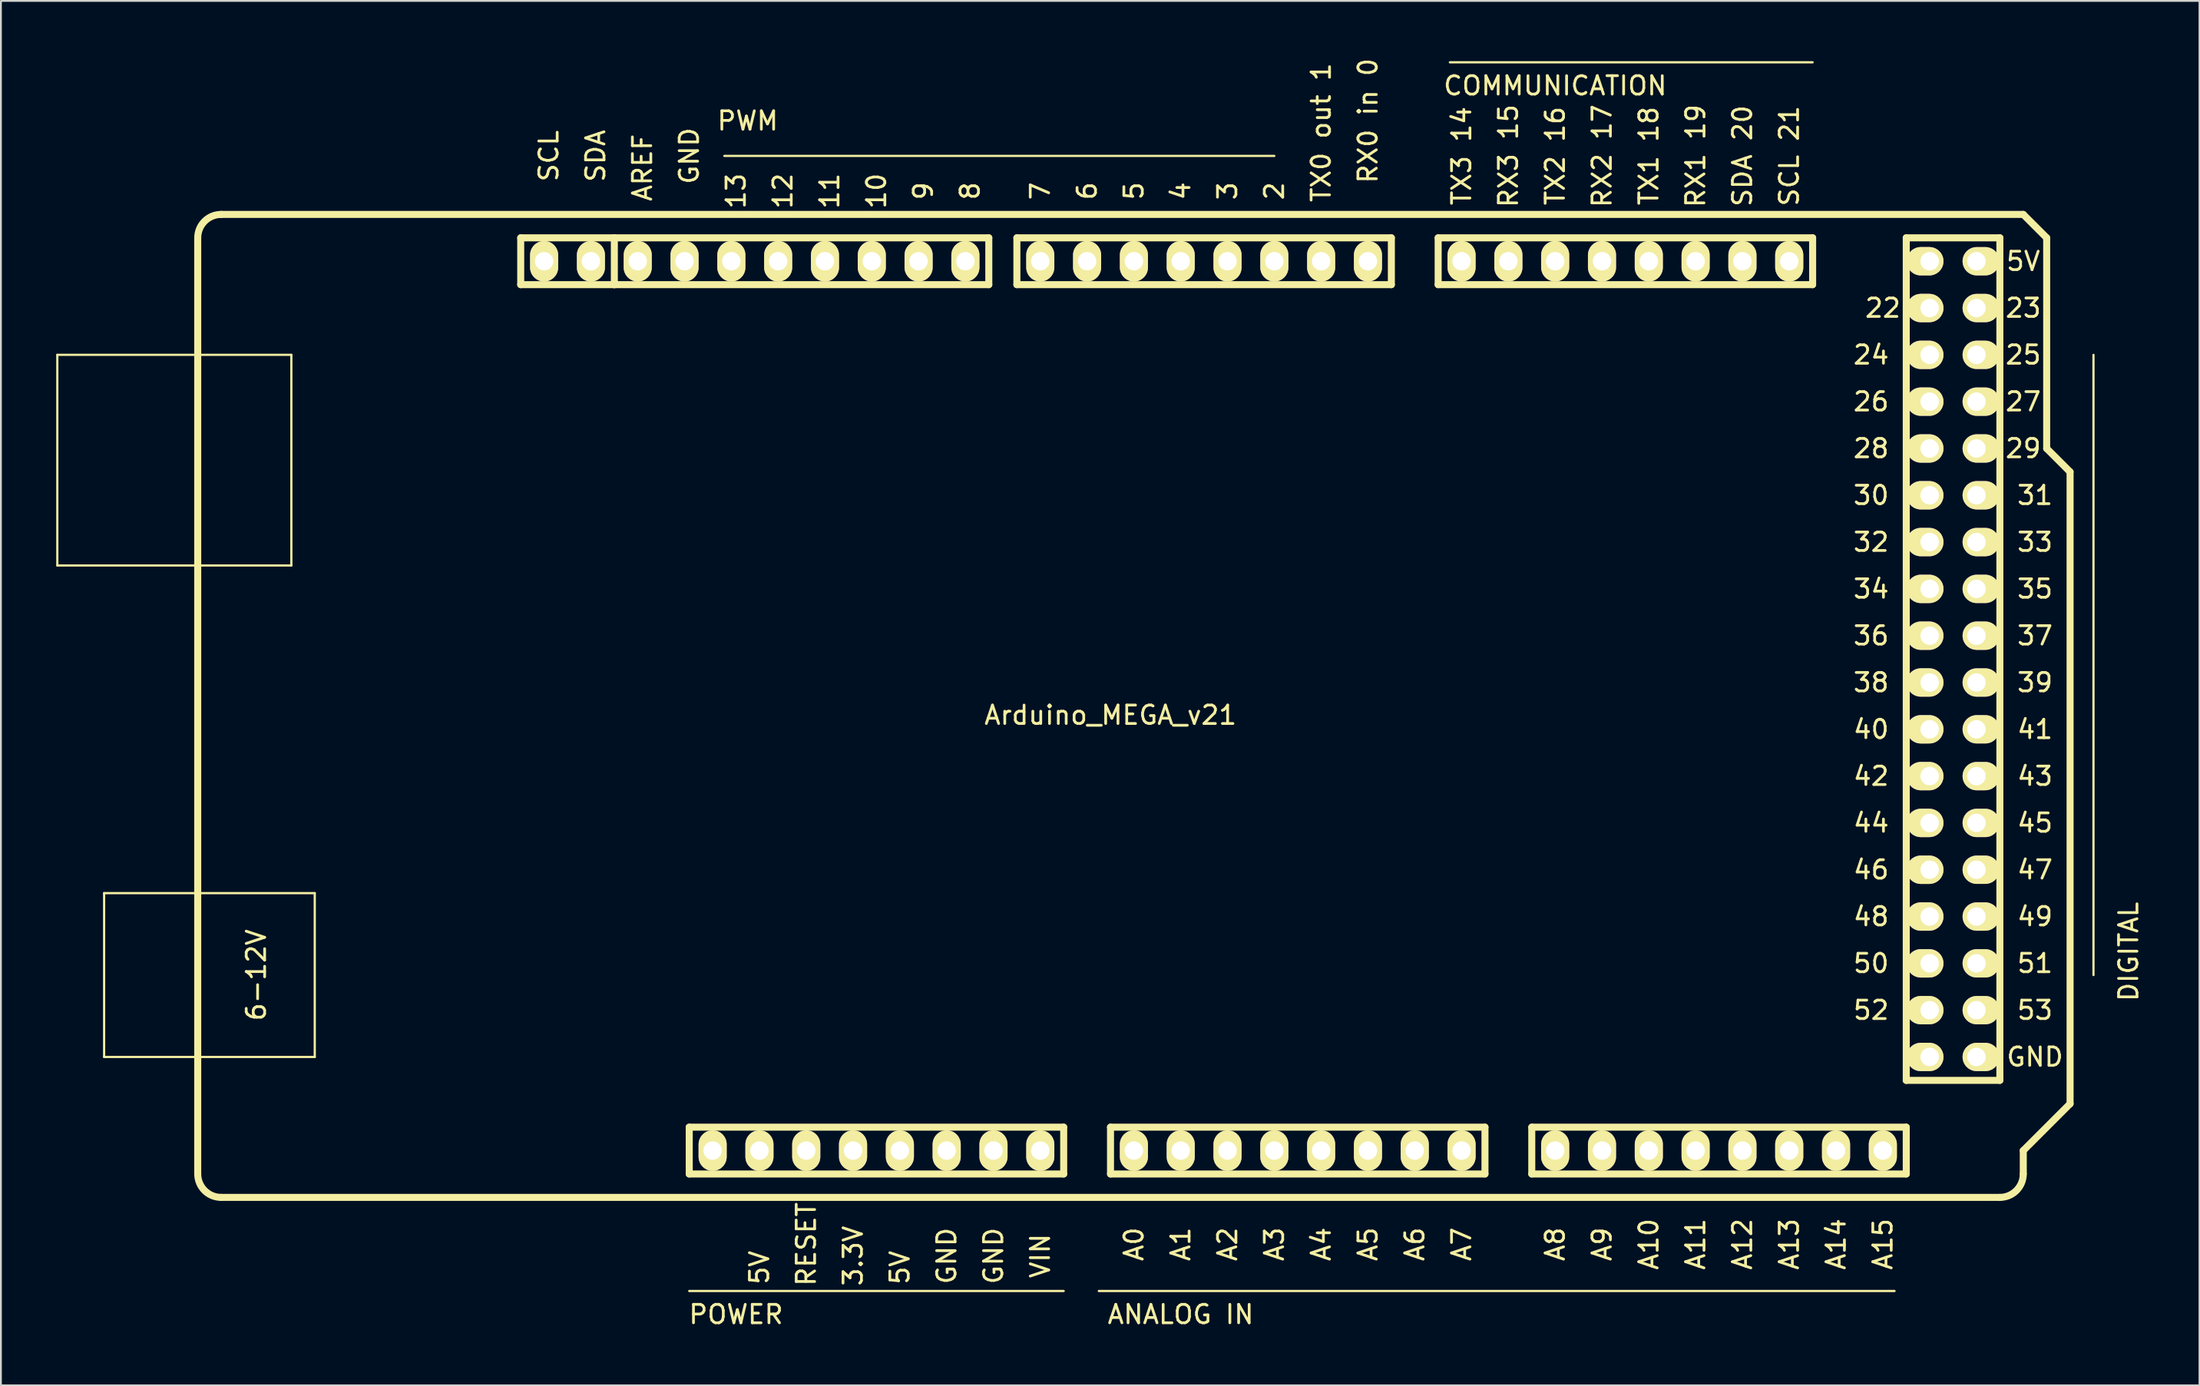
<source format=kicad_pcb>
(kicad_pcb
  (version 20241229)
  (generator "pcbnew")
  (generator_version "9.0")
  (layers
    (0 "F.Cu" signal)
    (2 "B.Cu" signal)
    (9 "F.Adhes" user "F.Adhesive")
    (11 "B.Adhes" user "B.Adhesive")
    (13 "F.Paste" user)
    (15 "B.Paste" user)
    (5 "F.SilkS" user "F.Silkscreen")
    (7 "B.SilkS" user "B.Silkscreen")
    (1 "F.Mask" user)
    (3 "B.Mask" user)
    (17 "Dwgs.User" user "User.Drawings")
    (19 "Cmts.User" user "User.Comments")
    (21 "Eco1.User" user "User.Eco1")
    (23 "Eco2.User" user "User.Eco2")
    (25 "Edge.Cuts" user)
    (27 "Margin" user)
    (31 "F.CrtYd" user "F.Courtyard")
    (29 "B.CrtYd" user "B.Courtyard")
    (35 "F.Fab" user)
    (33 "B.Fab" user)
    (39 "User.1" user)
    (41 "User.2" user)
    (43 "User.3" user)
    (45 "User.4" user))
  (footprint "Arduino_MEGA_v21"
    (layer "F.Cu")
    (at 57.21 35.256)
    (property "Reference" "Arduino_MEGA_v21" (at 0 0.5 0) (layer "F.SilkS") (effects (font (size 1 1) (thickness 0.15))))
    (attr through_hole)
    (fp_line (start -57.15 -19.05) (end -44.45 -19.05) (stroke (width 0.12) (type solid)) (layer "F.SilkS"))
    (fp_line (start -57.15 -7.62) (end -57.15 -19.05) (stroke (width 0.12) (type solid)) (layer "F.SilkS"))
    (fp_line (start -54.61 10.16) (end -43.18 10.16) (stroke (width 0.12) (type solid)) (layer "F.SilkS"))
    (fp_line (start -54.61 19.05) (end -54.61 10.16) (stroke (width 0.12) (type solid)) (layer "F.SilkS"))
    (fp_line (start -49.53 25.4) (end -49.53 -25.4) (stroke (width 0.381) (type solid)) (layer "F.SilkS"))
    (fp_line (start -48.26 -26.67) (end 49.53 -26.67) (stroke (width 0.381) (type solid)) (layer "F.SilkS"))
    (fp_line (start -48.26 26.67) (end 48.26 26.67) (stroke (width 0.381) (type solid)) (layer "F.SilkS"))
    (fp_line (start -44.45 -19.05) (end -44.45 -7.62) (stroke (width 0.12) (type solid)) (layer "F.SilkS"))
    (fp_line (start -44.45 -7.62) (end -57.15 -7.62) (stroke (width 0.12) (type solid)) (layer "F.SilkS"))
    (fp_line (start -43.18 10.16) (end -43.18 19.05) (stroke (width 0.12) (type solid)) (layer "F.SilkS"))
    (fp_line (start -43.18 19.05) (end -54.61 19.05) (stroke (width 0.12) (type solid)) (layer "F.SilkS"))
    (fp_line (start -32.004 -25.4) (end -32.004 -22.86) (stroke (width 0.381) (type solid)) (layer "F.SilkS"))
    (fp_line (start -32.004 -22.86) (end -26.924 -22.86) (stroke (width 0.381) (type solid)) (layer "F.SilkS"))
    (fp_line (start -26.924 -25.4) (end -32.004 -25.4) (stroke (width 0.381) (type solid)) (layer "F.SilkS"))
    (fp_line (start -26.924 -22.86) (end -26.924 -25.4) (stroke (width 0.381) (type solid)) (layer "F.SilkS"))
    (fp_line (start -22.86 25.4) (end -22.86 22.86) (stroke (width 0.381) (type solid)) (layer "F.SilkS"))
    (fp_line (start -22.86 25.4) (end -2.54 25.4) (stroke (width 0.381) (type solid)) (layer "F.SilkS"))
    (fp_line (start -22.86 31.75) (end -2.54 31.75) (stroke (width 0.12) (type solid)) (layer "F.SilkS"))
    (fp_line (start -6.604 -25.4) (end -26.924 -25.4) (stroke (width 0.381) (type solid)) (layer "F.SilkS"))
    (fp_line (start -6.604 -22.86) (end -26.924 -22.86) (stroke (width 0.381) (type solid)) (layer "F.SilkS"))
    (fp_line (start -6.604 -22.86) (end -6.604 -25.4) (stroke (width 0.381) (type solid)) (layer "F.SilkS"))
    (fp_line (start -5.08 -25.4) (end 15.24 -25.4) (stroke (width 0.381) (type solid)) (layer "F.SilkS"))
    (fp_line (start -5.08 -22.86) (end -5.08 -25.4) (stroke (width 0.381) (type solid)) (layer "F.SilkS"))
    (fp_line (start -2.54 22.86) (end -22.86 22.86) (stroke (width 0.381) (type solid)) (layer "F.SilkS"))
    (fp_line (start -2.54 22.86) (end -2.54 25.4) (stroke (width 0.381) (type solid)) (layer "F.SilkS"))
    (fp_line (start -0.635 31.75) (end 42.545 31.75) (stroke (width 0.12) (type solid)) (layer "F.SilkS"))
    (fp_line (start 0 22.86) (end 0 25.4) (stroke (width 0.381) (type solid)) (layer "F.SilkS"))
    (fp_line (start 0 25.4) (end 20.32 25.4) (stroke (width 0.381) (type solid)) (layer "F.SilkS"))
    (fp_line (start 8.89 -29.845) (end -20.955 -29.845) (stroke (width 0.12) (type solid)) (layer "F.SilkS"))
    (fp_line (start 15.24 -25.4) (end 15.24 -22.86) (stroke (width 0.381) (type solid)) (layer "F.SilkS"))
    (fp_line (start 15.24 -22.86) (end -5.08 -22.86) (stroke (width 0.381) (type solid)) (layer "F.SilkS"))
    (fp_line (start 17.78 -25.4) (end 17.78 -22.86) (stroke (width 0.381) (type solid)) (layer "F.SilkS"))
    (fp_line (start 17.78 -22.86) (end 38.1 -22.86) (stroke (width 0.381) (type solid)) (layer "F.SilkS"))
    (fp_line (start 18.415 -34.925) (end 38.1 -34.925) (stroke (width 0.12) (type solid)) (layer "F.SilkS"))
    (fp_line (start 20.32 22.86) (end 0 22.86) (stroke (width 0.381) (type solid)) (layer "F.SilkS"))
    (fp_line (start 20.32 25.4) (end 20.32 22.86) (stroke (width 0.381) (type solid)) (layer "F.SilkS"))
    (fp_line (start 22.86 22.86) (end 43.18 22.86) (stroke (width 0.381) (type solid)) (layer "F.SilkS"))
    (fp_line (start 22.86 25.4) (end 22.86 22.86) (stroke (width 0.381) (type solid)) (layer "F.SilkS"))
    (fp_line (start 38.1 -25.4) (end 17.78 -25.4) (stroke (width 0.381) (type solid)) (layer "F.SilkS"))
    (fp_line (start 38.1 -22.86) (end 38.1 -25.4) (stroke (width 0.381) (type solid)) (layer "F.SilkS"))
    (fp_line (start 43.18 -25.4) (end 43.18 20.32) (stroke (width 0.381) (type solid)) (layer "F.SilkS"))
    (fp_line (start 43.18 20.32) (end 48.26 20.32) (stroke (width 0.381) (type solid)) (layer "F.SilkS"))
    (fp_line (start 43.18 22.86) (end 43.18 25.4) (stroke (width 0.381) (type solid)) (layer "F.SilkS"))
    (fp_line (start 43.18 25.4) (end 22.86 25.4) (stroke (width 0.381) (type solid)) (layer "F.SilkS"))
    (fp_line (start 48.26 -25.4) (end 43.18 -25.4) (stroke (width 0.381) (type solid)) (layer "F.SilkS"))
    (fp_line (start 48.26 20.32) (end 48.26 -25.4) (stroke (width 0.381) (type solid)) (layer "F.SilkS"))
    (fp_line (start 49.53 -26.67) (end 50.8 -25.4) (stroke (width 0.381) (type solid)) (layer "F.SilkS"))
    (fp_line (start 49.53 24.13) (end 49.53 25.4) (stroke (width 0.381) (type solid)) (layer "F.SilkS"))
    (fp_line (start 50.8 -25.4) (end 50.8 -13.97) (stroke (width 0.381) (type solid)) (layer "F.SilkS"))
    (fp_line (start 50.8 -13.97) (end 52.07 -12.7) (stroke (width 0.381) (type solid)) (layer "F.SilkS"))
    (fp_line (start 52.07 -12.7) (end 52.07 21.59) (stroke (width 0.381) (type solid)) (layer "F.SilkS"))
    (fp_line (start 52.07 21.59) (end 49.53 24.13) (stroke (width 0.381) (type solid)) (layer "F.SilkS"))
    (fp_line (start 53.34 14.605) (end 53.34 -19.05) (stroke (width 0.12) (type solid)) (layer "F.SilkS"))
    (fp_arc (start -49.53 -25.4) (mid -49.158026 -26.298026) (end -48.26 -26.67) (stroke (width 0.381) (type solid)) (layer "F.SilkS"))
    (fp_arc (start -48.26 26.67) (mid -49.158026 26.298026) (end -49.53 25.4) (stroke (width 0.381) (type solid)) (layer "F.SilkS"))
    (fp_arc (start 49.53 25.4) (mid 49.158026 26.298026) (end 48.26 26.67) (stroke (width 0.381) (type solid)) (layer "F.SilkS"))
    (fp_text user "9" (at -10.16 -27.94 90) (layer "F.SilkS") (effects (font (size 1 1) (thickness 0.15))))
    (fp_text user "A12" (at 34.29 29.21 90) (layer "F.SilkS") (effects (font (size 1 1) (thickness 0.15))))
    (fp_text user "AREF" (at -25.4 -29.21 90) (layer "F.SilkS") (effects (font (size 1 1) (thickness 0.15))))
    (fp_text user "52" (at 41.275 16.51 0) (layer "F.SilkS") (effects (font (size 1 1) (thickness 0.15))))
    (fp_text user "A7" (at 19.05 29.21 90) (layer "F.SilkS") (effects (font (size 1 1) (thickness 0.15))))
    (fp_text user "PWM" (at -19.685 -31.75 0) (layer "F.SilkS") (effects (font (size 1 1) (thickness 0.15))))
    (fp_text user "A9" (at 26.67 29.21 90) (layer "F.SilkS") (effects (font (size 1 1) (thickness 0.15))))
    (fp_text user "SDA 20" (at 34.29 -29.845 90) (layer "F.SilkS") (effects (font (size 1 1) (thickness 0.15))))
    (fp_text user "22" (at 41.91 -21.59 0) (layer "F.SilkS") (effects (font (size 1 1) (thickness 0.15))))
    (fp_text user "38" (at 41.275 -1.27 0) (layer "F.SilkS") (effects (font (size 1 1) (thickness 0.15))))
    (fp_text user "A4" (at 11.43 29.21 90) (layer "F.SilkS") (effects (font (size 1 1) (thickness 0.15))))
    (fp_text user "DIGITAL" (at 55.245 13.335 90) (layer "F.SilkS") (effects (font (size 1 1) (thickness 0.15))))
    (fp_text user "SDA" (at -27.94 -29.845 90) (layer "F.SilkS") (effects (font (size 1 1) (thickness 0.15))))
    (fp_text user "TX3 14" (at 19.05 -29.845 90) (layer "F.SilkS") (effects (font (size 1 1) (thickness 0.15))))
    (fp_text user "39" (at 50.165 -1.27 0) (layer "F.SilkS") (effects (font (size 1 1) (thickness 0.15))))
    (fp_text user "12" (at -17.78 -27.94 90) (layer "F.SilkS") (effects (font (size 1 1) (thickness 0.15))))
    (fp_text user "A0" (at 1.27 29.21 90) (layer "F.SilkS") (effects (font (size 1 1) (thickness 0.15))))
    (fp_text user "33" (at 50.165 -8.89 0) (layer "F.SilkS") (effects (font (size 1 1) (thickness 0.15))))
    (fp_text user "3" (at 6.35 -27.94 90) (layer "F.SilkS") (effects (font (size 1 1) (thickness 0.15))))
    (fp_text user "A11" (at 31.75 29.21 90) (layer "F.SilkS") (effects (font (size 1 1) (thickness 0.15))))
    (fp_text user "41" (at 50.165 1.27 0) (layer "F.SilkS") (effects (font (size 1 1) (thickness 0.15))))
    (fp_text user "TX0 out 1" (at 11.43 -31.115 90) (layer "F.SilkS") (effects (font (size 1 1) (thickness 0.15))))
    (fp_text user "7" (at -3.81 -27.94 90) (layer "F.SilkS") (effects (font (size 1 1) (thickness 0.15))))
    (fp_text user "A13" (at 36.83 29.21 90) (layer "F.SilkS") (effects (font (size 1 1) (thickness 0.15))))
    (fp_text user "8" (at -7.62 -27.94 90) (layer "F.SilkS") (effects (font (size 1 1) (thickness 0.15))))
    (fp_text user "25" (at 49.53 -19.05 0) (layer "F.SilkS") (effects (font (size 1 1) (thickness 0.15))))
    (fp_text user "A2" (at 6.35 29.21 90) (layer "F.SilkS") (effects (font (size 1 1) (thickness 0.15))))
    (fp_text user "A6" (at 16.51 29.21 90) (layer "F.SilkS") (effects (font (size 1 1) (thickness 0.15))))
    (fp_text user "11" (at -15.24 -27.94 90) (layer "F.SilkS") (effects (font (size 1 1) (thickness 0.15))))
    (fp_text user "5V" (at 49.53 -24.13 0) (layer "F.SilkS") (effects (font (size 1 1) (thickness 0.15))))
    (fp_text user "23" (at 49.53 -21.59 0) (layer "F.SilkS") (effects (font (size 1 1) (thickness 0.15))))
    (fp_text user "GND" (at -6.35 29.845 90) (layer "F.SilkS") (effects (font (size 1 1) (thickness 0.15))))
    (fp_text user "2" (at 8.89 -27.94 90) (layer "F.SilkS") (effects (font (size 1 1) (thickness 0.15))))
    (fp_text user "42" (at 41.275 3.81 0) (layer "F.SilkS") (effects (font (size 1 1) (thickness 0.15))))
    (fp_text user "RX0 in 0" (at 13.97 -31.75 90) (layer "F.SilkS") (effects (font (size 1 1) (thickness 0.15))))
    (fp_text user "POWER" (at -20.32 33.02 0) (layer "F.SilkS") (effects (font (size 1 1) (thickness 0.15))))
    (fp_text user "34" (at 41.275 -6.35 0) (layer "F.SilkS") (effects (font (size 1 1) (thickness 0.15))))
    (fp_text user "28" (at 41.275 -13.97 0) (layer "F.SilkS") (effects (font (size 1 1) (thickness 0.15))))
    (fp_text user "SCL" (at -30.48 -29.845 90) (layer "F.SilkS") (effects (font (size 1 1) (thickness 0.15))))
    (fp_text user "5V" (at -19.05 30.48 90) (layer "F.SilkS") (effects (font (size 1 1) (thickness 0.15))))
    (fp_text user "5V" (at -11.43 30.48 90) (layer "F.SilkS") (effects (font (size 1 1) (thickness 0.15))))
    (fp_text user "13" (at -20.32 -27.94 90) (layer "F.SilkS") (effects (font (size 1 1) (thickness 0.15))))
    (fp_text user "43" (at 50.165 3.81 0) (layer "F.SilkS") (effects (font (size 1 1) (thickness 0.15))))
    (fp_text user "50" (at 41.275 13.97 0) (layer "F.SilkS") (effects (font (size 1 1) (thickness 0.15))))
    (fp_text user "6" (at -1.27 -27.94 90) (layer "F.SilkS") (effects (font (size 1 1) (thickness 0.15))))
    (fp_text user "RX2 17" (at 26.67 -29.845 90) (layer "F.SilkS") (effects (font (size 1 1) (thickness 0.15))))
    (fp_text user "GND" (at 50.165 19.05 0) (layer "F.SilkS") (effects (font (size 1 1) (thickness 0.15))))
    (fp_text user "24" (at 41.275 -19.05 0) (layer "F.SilkS") (effects (font (size 1 1) (thickness 0.15))))
    (fp_text user "40" (at 41.275 1.27 0) (layer "F.SilkS") (effects (font (size 1 1) (thickness 0.15))))
    (fp_text user "51" (at 50.165 13.97 0) (layer "F.SilkS") (effects (font (size 1 1) (thickness 0.15))))
    (fp_text user "SCL 21" (at 36.83 -29.845 90) (layer "F.SilkS") (effects (font (size 1 1) (thickness 0.15))))
    (fp_text user "10" (at -12.7 -27.94 90) (layer "F.SilkS") (effects (font (size 1 1) (thickness 0.15))))
    (fp_text user "A5" (at 13.97 29.21 90) (layer "F.SilkS") (effects (font (size 1 1) (thickness 0.15))))
    (fp_text user "26" (at 41.275 -16.51 0) (layer "F.SilkS") (effects (font (size 1 1) (thickness 0.15))))
    (fp_text user "A10" (at 29.21 29.21 90) (layer "F.SilkS") (effects (font (size 1 1) (thickness 0.15))))
    (fp_text user "A3" (at 8.89 29.21 90) (layer "F.SilkS") (effects (font (size 1 1) (thickness 0.15))))
    (fp_text user "A14" (at 39.37 29.21 90) (layer "F.SilkS") (effects (font (size 1 1) (thickness 0.15))))
    (fp_text user "31" (at 50.165 -11.43 0) (layer "F.SilkS") (effects (font (size 1 1) (thickness 0.15))))
    (fp_text user "47" (at 50.165 8.89 0) (layer "F.SilkS") (effects (font (size 1 1) (thickness 0.15))))
    (fp_text user "ANALOG IN" (at 3.81 33.02 0) (layer "F.SilkS") (effects (font (size 1 1) (thickness 0.15))))
    (fp_text user "GND" (at -8.89 29.845 90) (layer "F.SilkS") (effects (font (size 1 1) (thickness 0.15))))
    (fp_text user "46" (at 41.275 8.89 0) (layer "F.SilkS") (effects (font (size 1 1) (thickness 0.15))))
    (fp_text user "53" (at 50.165 16.51 0) (layer "F.SilkS") (effects (font (size 1 1) (thickness 0.15))))
    (fp_text user "32" (at 41.275 -8.89 0) (layer "F.SilkS") (effects (font (size 1 1) (thickness 0.15))))
    (fp_text user "37" (at 50.165 -3.81 0) (layer "F.SilkS") (effects (font (size 1 1) (thickness 0.15))))
    (fp_text user "4" (at 3.81 -27.94 90) (layer "F.SilkS") (effects (font (size 1 1) (thickness 0.15))))
    (fp_text user "44" (at 41.275 6.35 0) (layer "F.SilkS") (effects (font (size 1 1) (thickness 0.15))))
    (fp_text user "A1" (at 3.81 29.21 90) (layer "F.SilkS") (effects (font (size 1 1) (thickness 0.15))))
    (fp_text user "GND" (at -22.86 -29.845 90) (layer "F.SilkS") (effects (font (size 1 1) (thickness 0.15))))
    (fp_text user "36" (at 41.275 -3.81 0) (layer "F.SilkS") (effects (font (size 1 1) (thickness 0.15))))
    (fp_text user "RESET" (at -16.51 29.21 90) (layer "F.SilkS") (effects (font (size 1 1) (thickness 0.15))))
    (fp_text user "A15" (at 41.91 29.21 90) (layer "F.SilkS") (effects (font (size 1 1) (thickness 0.15))))
    (fp_text user "COMMUNICATION" (at 24.13 -33.655 0) (layer "F.SilkS") (effects (font (size 1 1) (thickness 0.15))))
    (fp_text user "49" (at 50.165 11.43 0) (layer "F.SilkS") (effects (font (size 1 1) (thickness 0.15))))
    (fp_text user "30" (at 41.275 -11.43 0) (layer "F.SilkS") (effects (font (size 1 1) (thickness 0.15))))
    (fp_text user "TX2 16" (at 24.13 -29.845 90) (layer "F.SilkS") (effects (font (size 1 1) (thickness 0.15))))
    (fp_text user "48" (at 41.275 11.43 0) (layer "F.SilkS") (effects (font (size 1 1) (thickness 0.15))))
    (fp_text user "29" (at 49.53 -13.97 0) (layer "F.SilkS") (effects (font (size 1 1) (thickness 0.15))))
    (fp_text user "35" (at 50.165 -6.35 0) (layer "F.SilkS") (effects (font (size 1 1) (thickness 0.15))))
    (fp_text user "VIN" (at -3.81 29.845 90) (layer "F.SilkS") (effects (font (size 1 1) (thickness 0.15))))
    (fp_text user "TX1 18" (at 29.21 -29.845 90) (layer "F.SilkS") (effects (font (size 1 1) (thickness 0.15))))
    (fp_text user "27" (at 49.53 -16.51 0) (layer "F.SilkS") (effects (font (size 1 1) (thickness 0.15))))
    (fp_text user "45" (at 50.165 6.35 0) (layer "F.SilkS") (effects (font (size 1 1) (thickness 0.15))))
    (fp_text user "RX1 19" (at 31.75 -29.845 90) (layer "F.SilkS") (effects (font (size 1 1) (thickness 0.15))))
    (fp_text user "6-12V" (at -46.355 14.605 90) (layer "F.SilkS") (effects (font (size 1 1) (thickness 0.15))))
    (fp_text user "3.3V" (at -13.97 29.845 90) (layer "F.SilkS") (effects (font (size 1 1) (thickness 0.15))))
    (fp_text user "RX3 15" (at 21.59 -29.845 90) (layer "F.SilkS") (effects (font (size 1 1) (thickness 0.15))))
    (fp_text user "5" (at 1.27 -27.94 90) (layer "F.SilkS") (effects (font (size 1 1) (thickness 0.15))))
    (fp_text user "A8" (at 24.13 29.21 90) (layer "F.SilkS") (effects (font (size 1 1) (thickness 0.15))))
    (pad "1" thru_hole oval (at -21.59 24.13) (size 1.524 2.2) (drill 1.001) (layers "*.Cu" "*.Mask" "F.SilkS"))
    (pad "2" thru_hole oval (at -19.05 24.13) (size 1.524 2.2) (drill 1.001) (layers "*.Cu" "*.Mask" "F.SilkS"))
    (pad "3" thru_hole oval (at -16.51 24.13) (size 1.524 2.2) (drill 1.001) (layers "*.Cu" "*.Mask" "F.SilkS"))
    (pad "4" thru_hole oval (at -13.97 24.13) (size 1.524 2.2) (drill 1.001) (layers "*.Cu" "*.Mask" "F.SilkS"))
    (pad "5" thru_hole oval (at -11.43 24.13) (size 1.524 2.2) (drill 1.001) (layers "*.Cu" "*.Mask" "F.SilkS"))
    (pad "6" thru_hole oval (at -8.89 24.13) (size 1.524 2.2) (drill 1.001) (layers "*.Cu" "*.Mask" "F.SilkS"))
    (pad "7" thru_hole oval (at -6.35 24.13) (size 1.524 2.2) (drill 1.001) (layers "*.Cu" "*.Mask" "F.SilkS"))
    (pad "8" thru_hole oval (at -3.81 24.13) (size 1.524 2.2) (drill 1.001) (layers "*.Cu" "*.Mask" "F.SilkS"))
    (pad "9" thru_hole oval (at 1.27 24.13) (size 1.524 2.2) (drill 1.001) (layers "*.Cu" "*.Mask" "F.SilkS"))
    (pad "10" thru_hole oval (at 3.81 24.13) (size 1.524 2.2) (drill 1.001) (layers "*.Cu" "*.Mask" "F.SilkS"))
    (pad "11" thru_hole oval (at 6.35 24.13) (size 1.524 2.2) (drill 1.001) (layers "*.Cu" "*.Mask" "F.SilkS"))
    (pad "12" thru_hole oval (at 8.89 24.13) (size 1.524 2.2) (drill 1.001) (layers "*.Cu" "*.Mask" "F.SilkS"))
    (pad "13" thru_hole oval (at 11.43 24.13) (size 1.524 2.2) (drill 1.001) (layers "*.Cu" "*.Mask" "F.SilkS"))
    (pad "14" thru_hole oval (at 13.97 24.13) (size 1.524 2.2) (drill 1.001) (layers "*.Cu" "*.Mask" "F.SilkS"))
    (pad "15" thru_hole oval (at 16.51 24.13) (size 1.524 2.2) (drill 1.001) (layers "*.Cu" "*.Mask" "F.SilkS"))
    (pad "16" thru_hole oval (at 19.05 24.13) (size 1.524 2.2) (drill 1.001) (layers "*.Cu" "*.Mask" "F.SilkS"))
    (pad "17" thru_hole oval (at 24.13 24.13) (size 1.524 2.2) (drill 1.001) (layers "*.Cu" "*.Mask" "F.SilkS"))
    (pad "18" thru_hole oval (at 26.67 24.13) (size 1.524 2.2) (drill 1.001) (layers "*.Cu" "*.Mask" "F.SilkS"))
    (pad "19" thru_hole oval (at 29.21 24.13) (size 1.524 2.2) (drill 1.001) (layers "*.Cu" "*.Mask" "F.SilkS"))
    (pad "20" thru_hole oval (at 31.75 24.13) (size 1.524 2.197) (drill 1.001) (layers "*.Cu" "*.Mask" "F.SilkS"))
    (pad "21" thru_hole oval (at 34.29 24.13) (size 1.524 2.197) (drill 1.001) (layers "*.Cu" "*.Mask" "F.SilkS"))
    (pad "22" thru_hole oval (at 36.83 24.13) (size 1.524 2.197) (drill 1.001) (layers "*.Cu" "*.Mask" "F.SilkS"))
    (pad "23" thru_hole oval (at 39.37 24.13) (size 1.524 2.197) (drill 1.001) (layers "*.Cu" "*.Mask" "F.SilkS"))
    (pad "24" thru_hole oval (at 41.91 24.13) (size 1.524 2.197) (drill 1.001) (layers "*.Cu" "*.Mask" "F.SilkS"))
    (pad "25" thru_hole oval (at 44.45 19.05) (size 1.999 1.539) (drill 1.001 (offset -0.249 0)) (layers "*.Cu" "*.Mask" "F.SilkS"))
    (pad "26" thru_hole oval (at 44.45 16.51) (size 1.999 1.539) (drill 1.001 (offset -0.249 0)) (layers "*.Cu" "*.Mask" "F.SilkS"))
    (pad "27" thru_hole oval (at 44.45 13.97) (size 1.999 1.539) (drill 1.001 (offset -0.249 0)) (layers "*.Cu" "*.Mask" "F.SilkS"))
    (pad "28" thru_hole oval (at 44.45 11.43) (size 1.999 1.539) (drill 1.001 (offset -0.249 0)) (layers "*.Cu" "*.Mask" "F.SilkS"))
    (pad "29" thru_hole oval (at 44.45 8.89) (size 1.999 1.539) (drill 1.001 (offset -0.249 0)) (layers "*.Cu" "*.Mask" "F.SilkS"))
    (pad "30" thru_hole oval (at 44.45 6.35) (size 1.999 1.539) (drill 1.001 (offset -0.249 0)) (layers "*.Cu" "*.Mask" "F.SilkS"))
    (pad "31" thru_hole oval (at 44.45 3.81) (size 1.999 1.539) (drill 1.001 (offset -0.249 0)) (layers "*.Cu" "*.Mask" "F.SilkS"))
    (pad "32" thru_hole oval (at 44.45 1.27) (size 1.999 1.539) (drill 1.001 (offset -0.249 0)) (layers "*.Cu" "*.Mask" "F.SilkS"))
    (pad "33" thru_hole oval (at 44.45 -1.27) (size 1.999 1.539) (drill 1.001 (offset -0.249 0)) (layers "*.Cu" "*.Mask" "F.SilkS"))
    (pad "34" thru_hole oval (at 44.45 -3.81) (size 1.999 1.539) (drill 1.001 (offset -0.249 0)) (layers "*.Cu" "*.Mask" "F.SilkS"))
    (pad "35" thru_hole oval (at 44.45 -6.35) (size 1.999 1.539) (drill 1.001 (offset -0.249 0)) (layers "*.Cu" "*.Mask" "F.SilkS"))
    (pad "36" thru_hole oval (at 44.45 -8.89) (size 1.999 1.539) (drill 1.001 (offset -0.249 0)) (layers "*.Cu" "*.Mask" "F.SilkS"))
    (pad "37" thru_hole oval (at 44.45 -11.43) (size 1.999 1.539) (drill 1.001 (offset -0.249 0)) (layers "*.Cu" "*.Mask" "F.SilkS"))
    (pad "38" thru_hole oval (at 44.45 -13.97) (size 1.999 1.539) (drill 1.001 (offset -0.249 0)) (layers "*.Cu" "*.Mask" "F.SilkS"))
    (pad "39" thru_hole oval (at 44.45 -16.51) (size 1.999 1.539) (drill 1.001 (offset -0.249 0)) (layers "*.Cu" "*.Mask" "F.SilkS"))
    (pad "40" thru_hole oval (at 44.45 -19.05) (size 1.999 1.539) (drill 1.001 (offset -0.249 0)) (layers "*.Cu" "*.Mask" "F.SilkS"))
    (pad "41" thru_hole oval (at 44.45 -21.59) (size 1.999 1.539) (drill 1.001 (offset -0.249 0)) (layers "*.Cu" "*.Mask" "F.SilkS"))
    (pad "42" thru_hole oval (at 44.45 -24.13) (size 1.999 1.539) (drill 1.001 (offset -0.249 0)) (layers "*.Cu" "*.Mask" "F.SilkS"))
    (pad "43" thru_hole oval (at 46.99 19.05) (size 1.999 1.537) (drill 1.001 (offset 0.246 0)) (layers "*.Cu" "*.Mask" "F.SilkS"))
    (pad "44" thru_hole oval (at 46.99 16.51) (size 1.999 1.537) (drill 1.001 (offset 0.246 0)) (layers "*.Cu" "*.Mask" "F.SilkS"))
    (pad "45" thru_hole oval (at 46.99 13.97) (size 1.999 1.537) (drill 1.001 (offset 0.246 0)) (layers "*.Cu" "*.Mask" "F.SilkS"))
    (pad "46" thru_hole oval (at 46.99 11.43) (size 1.999 1.537) (drill 1.001 (offset 0.246 0)) (layers "*.Cu" "*.Mask" "F.SilkS"))
    (pad "47" thru_hole oval (at 46.99 8.89) (size 1.999 1.537) (drill 1.001 (offset 0.246 0)) (layers "*.Cu" "*.Mask" "F.SilkS"))
    (pad "48" thru_hole oval (at 46.99 6.35) (size 1.999 1.537) (drill 1.001 (offset 0.246 0)) (layers "*.Cu" "*.Mask" "F.SilkS"))
    (pad "49" thru_hole oval (at 46.99 3.81) (size 1.999 1.537) (drill 1.001 (offset 0.246 0)) (layers "*.Cu" "*.Mask" "F.SilkS"))
    (pad "50" thru_hole oval (at 46.99 1.27) (size 1.999 1.537) (drill 1.001 (offset 0.246 0)) (layers "*.Cu" "*.Mask" "F.SilkS"))
    (pad "51" thru_hole oval (at 46.99 -1.27) (size 1.999 1.537) (drill 1.001 (offset 0.246 0)) (layers "*.Cu" "*.Mask" "F.SilkS"))
    (pad "52" thru_hole oval (at 46.99 -3.81) (size 1.999 1.537) (drill 1.001 (offset 0.246 0)) (layers "*.Cu" "*.Mask" "F.SilkS"))
    (pad "53" thru_hole oval (at 46.99 -6.35) (size 1.999 1.537) (drill 1.001 (offset 0.246 0)) (layers "*.Cu" "*.Mask" "F.SilkS"))
    (pad "54" thru_hole oval (at 46.99 -8.89) (size 1.999 1.537) (drill 1.001 (offset 0.246 0)) (layers "*.Cu" "*.Mask" "F.SilkS"))
    (pad "55" thru_hole oval (at 46.99 -11.43) (size 1.999 1.537) (drill 1.001 (offset 0.246 0)) (layers "*.Cu" "*.Mask" "F.SilkS"))
    (pad "56" thru_hole oval (at 46.99 -13.97) (size 1.999 1.537) (drill 1.001 (offset 0.246 0)) (layers "*.Cu" "*.Mask" "F.SilkS"))
    (pad "57" thru_hole oval (at 46.99 -16.51) (size 1.999 1.537) (drill 1.001 (offset 0.246 0)) (layers "*.Cu" "*.Mask" "F.SilkS"))
    (pad "58" thru_hole oval (at 46.99 -19.05) (size 1.999 1.537) (drill 1.001 (offset 0.246 0)) (layers "*.Cu" "*.Mask" "F.SilkS"))
    (pad "59" thru_hole oval (at 46.99 -21.59) (size 1.999 1.537) (drill 1.001 (offset 0.246 0)) (layers "*.Cu" "*.Mask" "F.SilkS"))
    (pad "60" thru_hole oval (at 46.99 -24.13) (size 1.999 1.537) (drill 1.001 (offset 0.246 0)) (layers "*.Cu" "*.Mask" "F.SilkS"))
    (pad "61" thru_hole oval (at 36.83 -24.13) (size 1.524 2.197) (drill 1.001) (layers "*.Cu" "*.Mask" "F.SilkS"))
    (pad "62" thru_hole oval (at 34.29 -24.13) (size 1.524 2.197) (drill 1.001) (layers "*.Cu" "*.Mask" "F.SilkS"))
    (pad "63" thru_hole oval (at 31.75 -24.13) (size 1.524 2.197) (drill 1.001) (layers "*.Cu" "*.Mask" "F.SilkS"))
    (pad "64" thru_hole oval (at 29.21 -24.13) (size 1.524 2.197) (drill 1.001) (layers "*.Cu" "*.Mask" "F.SilkS"))
    (pad "65" thru_hole oval (at 26.67 -24.13) (size 1.524 2.197) (drill 1.001) (layers "*.Cu" "*.Mask" "F.SilkS"))
    (pad "66" thru_hole oval (at 24.13 -24.13) (size 1.524 2.197) (drill 1.001) (layers "*.Cu" "*.Mask" "F.SilkS"))
    (pad "67" thru_hole oval (at 21.59 -24.13) (size 1.524 2.197) (drill 1.001) (layers "*.Cu" "*.Mask" "F.SilkS"))
    (pad "68" thru_hole oval (at 19.05 -24.13) (size 1.524 2.197) (drill 1.001) (layers "*.Cu" "*.Mask" "F.SilkS"))
    (pad "69" thru_hole oval (at 13.97 -24.13) (size 1.524 2.197) (drill 1.001) (layers "*.Cu" "*.Mask" "F.SilkS"))
    (pad "70" thru_hole oval (at 11.43 -24.13) (size 1.524 2.197) (drill 1.001) (layers "*.Cu" "*.Mask" "F.SilkS"))
    (pad "71" thru_hole oval (at 8.89 -24.13) (size 1.524 2.197) (drill 1.001) (layers "*.Cu" "*.Mask" "F.SilkS"))
    (pad "72" thru_hole oval (at 6.35 -24.13) (size 1.524 2.197) (drill 1.001) (layers "*.Cu" "*.Mask" "F.SilkS"))
    (pad "73" thru_hole oval (at 3.81 -24.13) (size 1.524 2.197) (drill 1.001) (layers "*.Cu" "*.Mask" "F.SilkS"))
    (pad "74" thru_hole oval (at 1.27 -24.13) (size 1.524 2.197) (drill 1.001) (layers "*.Cu" "*.Mask" "F.SilkS"))
    (pad "75" thru_hole oval (at -1.27 -24.13) (size 1.524 2.197) (drill 1.001) (layers "*.Cu" "*.Mask" "F.SilkS"))
    (pad "76" thru_hole oval (at -3.81 -24.13) (size 1.524 2.197) (drill 1.001) (layers "*.Cu" "*.Mask" "F.SilkS"))
    (pad "77" thru_hole oval (at -7.874 -24.13) (size 1.524 2.197) (drill 1.001) (layers "*.Cu" "*.Mask" "F.SilkS"))
    (pad "78" thru_hole oval (at -10.414 -24.13) (size 1.524 2.197) (drill 1.001) (layers "*.Cu" "*.Mask" "F.SilkS"))
    (pad "79" thru_hole oval (at -12.954 -24.13) (size 1.524 2.197) (drill 1.001) (layers "*.Cu" "*.Mask" "F.SilkS"))
    (pad "80" thru_hole oval (at -15.494 -24.13) (size 1.524 2.197) (drill 1.001) (layers "*.Cu" "*.Mask" "F.SilkS"))
    (pad "81" thru_hole oval (at -18.034 -24.13) (size 1.524 2.197) (drill 1.001) (layers "*.Cu" "*.Mask" "F.SilkS"))
    (pad "82" thru_hole oval (at -20.574 -24.13) (size 1.524 2.197) (drill 1.001) (layers "*.Cu" "*.Mask" "F.SilkS"))
    (pad "83" thru_hole oval (at -23.114 -24.13) (size 1.524 2.197) (drill 1.001) (layers "*.Cu" "*.Mask" "F.SilkS"))
    (pad "84" thru_hole oval (at -25.654 -24.13) (size 1.524 2.197) (drill 1.001) (layers "*.Cu" "*.Mask" "F.SilkS"))
    (pad "85" thru_hole oval (at -28.194 -24.13) (size 1.524 2.197) (drill 1.001) (layers "*.Cu" "*.Mask" "F.SilkS"))
    (pad "86" thru_hole oval (at -30.734 -24.13) (size 1.524 2.197) (drill 1.001) (layers "*.Cu" "*.Mask" "F.SilkS")))
  (gr_rect
    (start -3 -3)
    (end 116.303 72.124)
    (stroke (width 0.1) (type default))
    (fill no)
    (layer "Edge.Cuts")))
</source>
